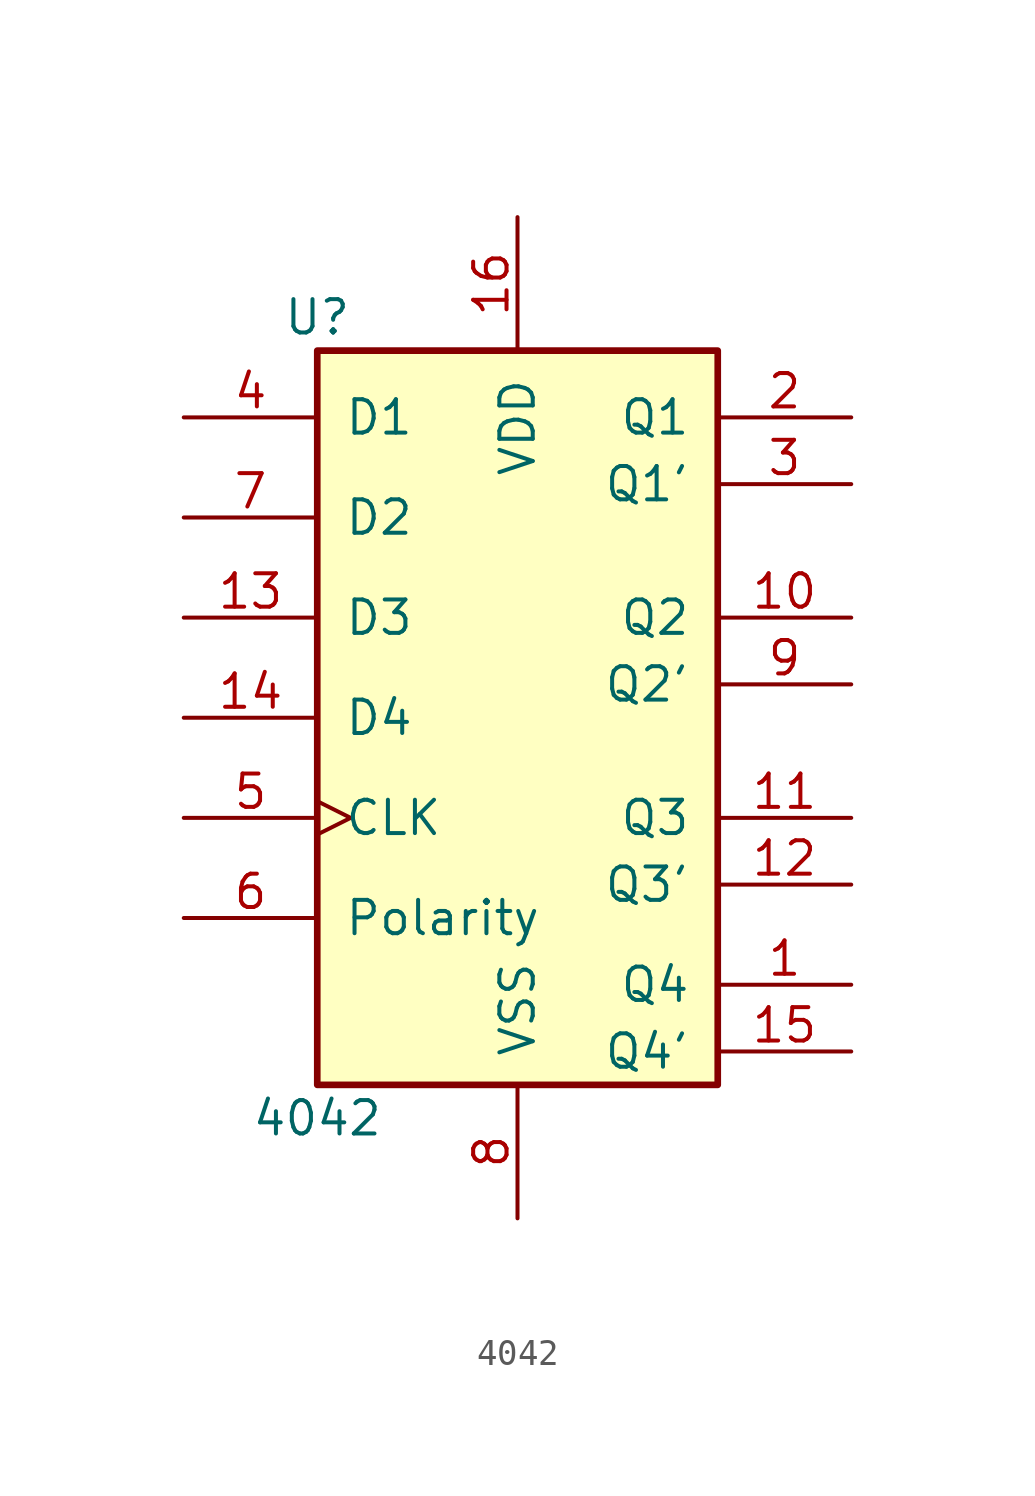
<source format=kicad_sym>
(kicad_symbol_lib
  (version 20211014)
  (generator kicad_symbol_editor)
  (symbol "4042"
    (pin_names
      (offset 1.016))
    (property "Reference" "U"
      (at -7.62 13.97 0)
      (effects (font (size 1.27 1.27))))
    (property "Value" "4042"
      (at -7.62 -16.51 0)
      (effects (font (size 1.27 1.27))))
    (symbol "4042_1_0"
      (pin output line (at 12.7 -11.43 180) (length 5.08) (name "Q4" (effects (font (size 1.27 1.27)))) (number "1" (effects (font (size 1.27 1.27)))))
      (pin output line (at 12.7 2.54 180) (length 5.08) (name "Q2" (effects (font (size 1.27 1.27)))) (number "10" (effects (font (size 1.27 1.27)))))
      (pin output line (at 12.7 -5.08 180) (length 5.08) (name "Q3" (effects (font (size 1.27 1.27)))) (number "11" (effects (font (size 1.27 1.27)))))
      (pin output line (at 12.7 -7.62 180) (length 5.08) (name "Q3'" (effects (font (size 1.27 1.27)))) (number "12" (effects (font (size 1.27 1.27)))))
      (pin input line (at -12.7 2.54 0) (length 5.08) (name "D3" (effects (font (size 1.27 1.27)))) (number "13" (effects (font (size 1.27 1.27)))))
      (pin input line (at -12.7 -1.27 0) (length 5.08) (name "D4" (effects (font (size 1.27 1.27)))) (number "14" (effects (font (size 1.27 1.27)))))
      (pin output line (at 12.7 -13.97 180) (length 5.08) (name "Q4'" (effects (font (size 1.27 1.27)))) (number "15" (effects (font (size 1.27 1.27)))))
      (pin power_in line (at 0 17.78 270) (length 5.08) (name "VDD" (effects (font (size 1.27 1.27)))) (number "16" (effects (font (size 1.27 1.27)))))
      (pin output line (at 12.7 10.16 180) (length 5.08) (name "Q1" (effects (font (size 1.27 1.27)))) (number "2" (effects (font (size 1.27 1.27)))))
      (pin output line (at 12.7 7.62 180) (length 5.08) (name "Q1'" (effects (font (size 1.27 1.27)))) (number "3" (effects (font (size 1.27 1.27)))))
      (pin input line (at -12.7 10.16 0) (length 5.08) (name "D1" (effects (font (size 1.27 1.27)))) (number "4" (effects (font (size 1.27 1.27)))))
      (pin input clock (at -12.7 -5.08 0) (length 5.08) (name "CLK" (effects (font (size 1.27 1.27)))) (number "5" (effects (font (size 1.27 1.27)))))
      (pin input line (at -12.7 -8.89 0) (length 5.08) (name "Polarity" (effects (font (size 1.27 1.27)))) (number "6" (effects (font (size 1.27 1.27)))))
      (pin input line (at -12.7 6.35 0) (length 5.08) (name "D2" (effects (font (size 1.27 1.27)))) (number "7" (effects (font (size 1.27 1.27)))))
      (pin power_in line (at 0 -20.32 90) (length 5.08) (name "VSS" (effects (font (size 1.27 1.27)))) (number "8" (effects (font (size 1.27 1.27)))))
      (pin output line (at 12.7 0 180) (length 5.08) (name "Q2'" (effects (font (size 1.27 1.27)))) (number "9" (effects (font (size 1.27 1.27))))))
    (symbol "4042_1_1"
      (rectangle (start -7.62 12.7) (end 7.62 -15.24) (stroke (width 0.254) (type default) (color 0 0 0 0)) (fill (type background))))))
</source>
